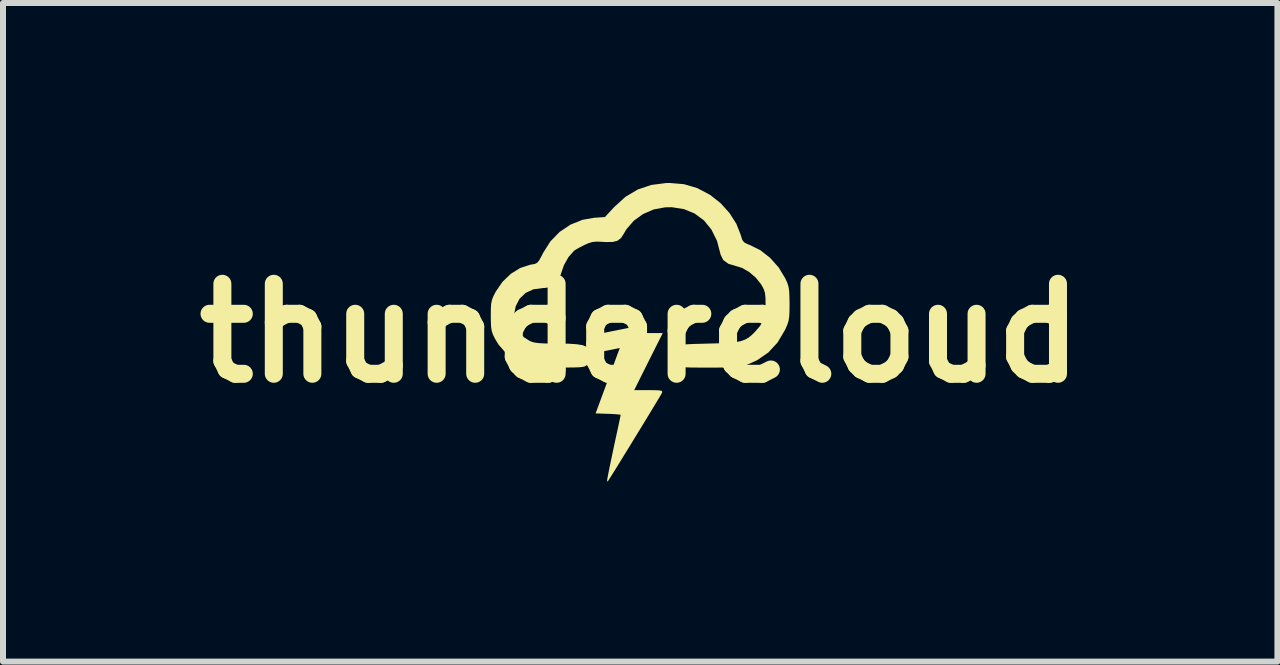
<source format=kicad_pcb>
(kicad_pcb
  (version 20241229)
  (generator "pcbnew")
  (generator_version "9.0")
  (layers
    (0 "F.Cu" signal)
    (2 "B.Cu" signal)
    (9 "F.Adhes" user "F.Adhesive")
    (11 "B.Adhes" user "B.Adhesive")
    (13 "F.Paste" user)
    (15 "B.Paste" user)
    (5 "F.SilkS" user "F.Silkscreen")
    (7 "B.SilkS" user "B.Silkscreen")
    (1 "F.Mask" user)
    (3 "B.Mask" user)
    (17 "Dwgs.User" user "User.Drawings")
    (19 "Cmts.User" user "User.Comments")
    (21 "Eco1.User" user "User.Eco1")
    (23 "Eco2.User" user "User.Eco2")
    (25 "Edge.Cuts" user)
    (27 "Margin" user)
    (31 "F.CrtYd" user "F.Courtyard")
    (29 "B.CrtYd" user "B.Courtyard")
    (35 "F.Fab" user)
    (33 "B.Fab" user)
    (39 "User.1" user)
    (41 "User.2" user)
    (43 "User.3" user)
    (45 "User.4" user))
  (footprint "thundercloud"
    (layer "F.Cu")
    (at 7.621 2.502)
    (property "Reference" "thundercloud" (at 0 0 0) (layer "F.SilkS") (effects (font (size 1.5 1.5) (thickness 0.3))))
    (attr board_only exclude_from_pos_files exclude_from_bom)
    (fp_poly (pts (xy 0.138 0.475) (xy -0.1 0.951) (xy 0.14 0.951) (xy 0.251 0.952) (xy 0.32 0.955) (xy 0.356 0.963) (xy 0.368 0.976) (xy 0.364 0.995) (xy 0.349 1.022) (xy 0.311 1.087) (xy 0.254 1.181) (xy 0.182 1.3) (xy 0.099 1.437) (xy 0.008 1.586) (xy -0.087 1.741) (xy -0.181 1.895) (xy -0.273 2.044) (xy -0.356 2.179) (xy -0.429 2.297) (xy -0.487 2.389) (xy -0.526 2.451) (xy -0.542 2.475) (xy -0.55 2.465) (xy -0.551 2.45) (xy -0.545 2.416) (xy -0.531 2.341) (xy -0.509 2.232) (xy -0.481 2.097) (xy -0.449 1.945) (xy -0.438 1.893) (xy -0.405 1.739) (xy -0.375 1.602) (xy -0.351 1.489) (xy -0.334 1.409) (xy -0.326 1.367) (xy -0.325 1.363) (xy -0.348 1.358) (xy -0.41 1.352) (xy -0.498 1.347) (xy -0.534 1.346) (xy -0.743 1.339) (xy -0.558 0.838) (xy -0.498 0.677) (xy -0.44 0.52) (xy -0.388 0.378) (xy -0.344 0.26) (xy -0.313 0.178) (xy -0.31 0.169) (xy -0.246 0) (xy 0.065 0) (xy 0.376 0)) (stroke (width 0) (type solid)) (fill yes) (layer "F.SilkS"))
    (fp_poly (pts (xy 0.73 -2.482) (xy 0.951 -2.417) (xy 1.161 -2.306) (xy 1.169 -2.301) (xy 1.341 -2.165) (xy 1.488 -2.002) (xy 1.603 -1.822) (xy 1.676 -1.637) (xy 1.679 -1.625) (xy 1.701 -1.555) (xy 1.732 -1.513) (xy 1.786 -1.484) (xy 1.828 -1.468) (xy 2.004 -1.381) (xy 2.167 -1.253) (xy 2.309 -1.093) (xy 2.421 -0.908) (xy 2.424 -0.901) (xy 2.454 -0.833) (xy 2.473 -0.769) (xy 2.484 -0.697) (xy 2.488 -0.601) (xy 2.49 -0.488) (xy 2.489 -0.363) (xy 2.484 -0.273) (xy 2.473 -0.204) (xy 2.453 -0.14) (xy 2.421 -0.067) (xy 2.411 -0.047) (xy 2.29 0.157) (xy 2.138 0.322) (xy 1.952 0.451) (xy 1.795 0.522) (xy 1.74 0.54) (xy 1.686 0.554) (xy 1.623 0.564) (xy 1.544 0.57) (xy 1.438 0.574) (xy 1.299 0.575) (xy 1.14 0.576) (xy 0.966 0.575) (xy 0.835 0.574) (xy 0.74 0.57) (xy 0.673 0.565) (xy 0.627 0.556) (xy 0.596 0.544) (xy 0.573 0.529) (xy 0.527 0.462) (xy 0.514 0.377) (xy 0.537 0.291) (xy 0.571 0.243) (xy 0.593 0.224) (xy 0.618 0.21) (xy 0.655 0.199) (xy 0.711 0.192) (xy 0.793 0.186) (xy 0.907 0.181) (xy 1.062 0.177) (xy 1.133 0.175) (xy 1.324 0.17) (xy 1.473 0.162) (xy 1.588 0.151) (xy 1.676 0.135) (xy 1.746 0.11) (xy 1.805 0.077) (xy 1.86 0.032) (xy 1.91 -0.017) (xy 1.997 -0.117) (xy 2.052 -0.218) (xy 2.081 -0.336) (xy 2.09 -0.486) (xy 2.09 -0.49) (xy 2.088 -0.597) (xy 2.079 -0.672) (xy 2.059 -0.734) (xy 2.024 -0.799) (xy 2.014 -0.815) (xy 1.928 -0.923) (xy 1.818 -1.017) (xy 1.699 -1.086) (xy 1.6 -1.117) (xy 1.472 -1.154) (xy 1.385 -1.217) (xy 1.341 -1.306) (xy 1.338 -1.319) (xy 1.28 -1.539) (xy 1.187 -1.726) (xy 1.063 -1.878) (xy 0.909 -1.992) (xy 0.73 -2.066) (xy 0.528 -2.098) (xy 0.415 -2.096) (xy 0.225 -2.061) (xy 0.047 -1.984) (xy -0.107 -1.872) (xy -0.23 -1.73) (xy -0.272 -1.658) (xy -0.319 -1.585) (xy -0.377 -1.54) (xy -0.458 -1.519) (xy -0.571 -1.517) (xy -0.617 -1.52) (xy -0.721 -1.525) (xy -0.797 -1.518) (xy -0.868 -1.496) (xy -0.929 -1.469) (xy -1.009 -1.428) (xy -1.074 -1.391) (xy -1.102 -1.372) (xy -1.195 -1.267) (xy -1.271 -1.132) (xy -1.312 -1.013) (xy -1.354 -0.89) (xy -1.41 -0.811) (xy -1.489 -0.767) (xy -1.598 -0.751) (xy -1.622 -0.751) (xy -1.779 -0.73) (xy -1.91 -0.669) (xy -2.01 -0.573) (xy -2.075 -0.447) (xy -2.097 -0.329) (xy -2.088 -0.171) (xy -2.036 -0.039) (xy -1.941 0.067) (xy -1.847 0.128) (xy -1.803 0.147) (xy -1.751 0.16) (xy -1.682 0.168) (xy -1.587 0.173) (xy -1.456 0.175) (xy -1.376 0.175) (xy -1.195 0.177) (xy -1.057 0.186) (xy -0.958 0.202) (xy -0.891 0.23) (xy -0.851 0.27) (xy -0.831 0.326) (xy -0.826 0.398) (xy -0.843 0.467) (xy -0.877 0.521) (xy -0.897 0.54) (xy -0.922 0.555) (xy -0.959 0.564) (xy -1.015 0.57) (xy -1.098 0.573) (xy -1.216 0.574) (xy -1.371 0.573) (xy -1.519 0.572) (xy -1.654 0.568) (xy -1.765 0.563) (xy -1.844 0.557) (xy -1.877 0.552) (xy -2.061 0.471) (xy -2.225 0.348) (xy -2.361 0.192) (xy -2.42 0.095) (xy -2.453 0.028) (xy -2.474 -0.033) (xy -2.485 -0.102) (xy -2.489 -0.195) (xy -2.49 -0.288) (xy -2.489 -0.405) (xy -2.484 -0.488) (xy -2.471 -0.552) (xy -2.447 -0.614) (xy -2.409 -0.688) (xy -2.404 -0.696) (xy -2.294 -0.856) (xy -2.156 -0.988) (xy -2 -1.085) (xy -1.834 -1.139) (xy -1.804 -1.144) (xy -1.754 -1.153) (xy -1.717 -1.172) (xy -1.685 -1.21) (xy -1.647 -1.278) (xy -1.617 -1.338) (xy -1.497 -1.528) (xy -1.343 -1.686) (xy -1.163 -1.807) (xy -0.962 -1.888) (xy -0.767 -1.922) (xy -0.588 -1.934) (xy -0.433 -2.101) (xy -0.247 -2.27) (xy -0.041 -2.393) (xy 0.185 -2.469) (xy 0.433 -2.501) (xy 0.49 -2.502)) (stroke (width 0) (type solid)) (fill yes) (layer "F.SilkS")))
  (gr_rect
    (start -3 -3)
    (end 18.243 7.978)
    (stroke (width 0.1) (type default))
    (fill no)
    (layer "Edge.Cuts")))
</source>
